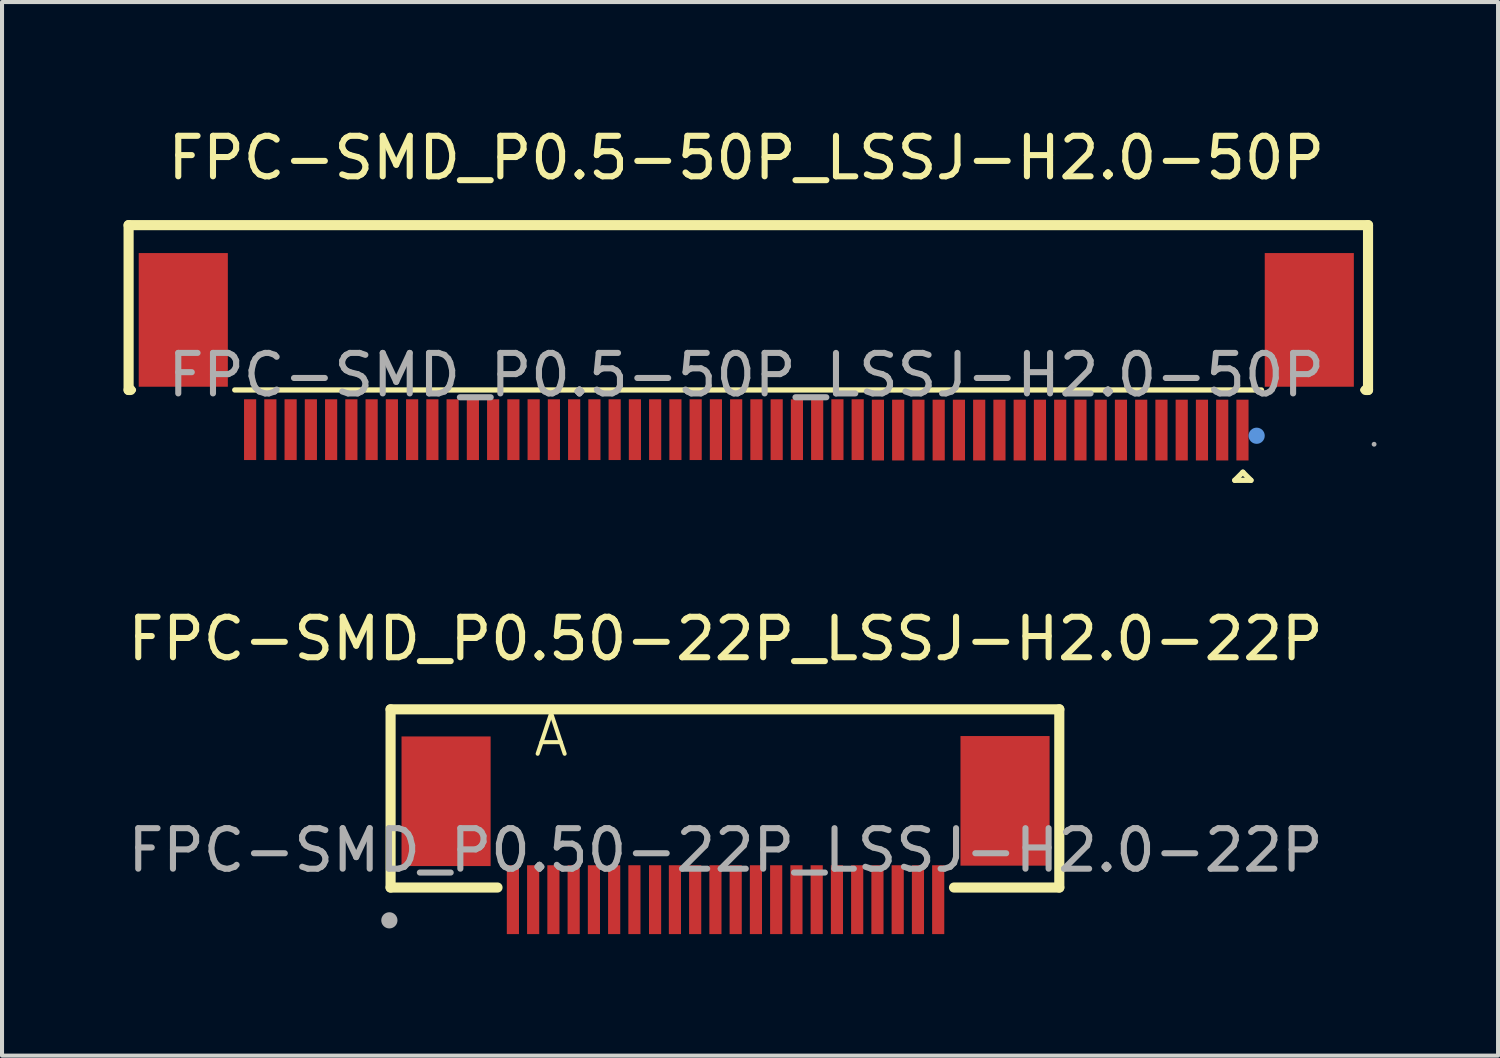
<source format=kicad_pcb>
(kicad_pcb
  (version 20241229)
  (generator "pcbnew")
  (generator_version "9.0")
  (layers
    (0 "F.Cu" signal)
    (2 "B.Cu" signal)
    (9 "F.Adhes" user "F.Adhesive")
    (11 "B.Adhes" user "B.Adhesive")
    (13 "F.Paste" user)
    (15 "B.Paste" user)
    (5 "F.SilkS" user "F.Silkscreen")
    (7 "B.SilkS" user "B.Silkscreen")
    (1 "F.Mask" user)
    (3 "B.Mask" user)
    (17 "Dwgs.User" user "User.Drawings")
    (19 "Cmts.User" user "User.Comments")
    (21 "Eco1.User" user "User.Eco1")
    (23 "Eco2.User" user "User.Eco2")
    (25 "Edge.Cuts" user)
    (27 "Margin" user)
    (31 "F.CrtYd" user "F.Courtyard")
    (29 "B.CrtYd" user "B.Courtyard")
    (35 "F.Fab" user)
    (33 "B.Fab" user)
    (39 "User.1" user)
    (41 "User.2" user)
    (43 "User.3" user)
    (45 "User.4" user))
  (footprint "FPC-SMD_P0.50-22P_LSSJ-H2.0-22P"
    (layer "F.Cu")
    (at 14.863 17.942)
    (property "Reference" "FPC-SMD_P0.50-22P_LSSJ-H2.0-22P" (at 0 -5.22 0) (layer "F.SilkS") (effects (font (size 1 1) (thickness 0.15))))
    (attr through_hole)
    (fp_line (start -8.27 -3.48) (end -8.27 0.92) (stroke (width 0.25) (type solid)) (layer "F.SilkS"))
    (fp_line (start -8.27 0.92) (end -5.63 0.92) (stroke (width 0.25) (type solid)) (layer "F.SilkS"))
    (fp_line (start 8.24 -3.48) (end -8.27 -3.48) (stroke (width 0.25) (type solid)) (layer "F.SilkS"))
    (fp_line (start 8.24 0.92) (end 5.64 0.92) (stroke (width 0.25) (type solid)) (layer "F.SilkS"))
    (fp_line (start 8.24 0.92) (end 8.24 -3.48) (stroke (width 0.25) (type solid)) (layer "F.SilkS"))
    (fp_circle (center -8.3 1.73) (end -8.2 1.73) (stroke (width 0.2) (type solid)) (fill no) (layer "F.Fab"))
    (fp_text user "A" (at -4.8 -2.84 180) (layer "F.SilkS") (effects (font (size 1 1) (thickness 0.1)) (justify left)))
    (fp_text user "${REFERENCE}" (at 0 0 0) (layer "F.Fab") (effects (font (size 1 1) (thickness 0.15))))
    (pad "1" smd rect (at 5.25 1.22 180) (size 0.3 1.7) (layers "F.Cu" "F.Mask" "F.Paste"))
    (pad "2" smd rect (at 4.75 1.22 180) (size 0.3 1.7) (layers "F.Cu" "F.Mask" "F.Paste"))
    (pad "3" smd rect (at 4.25 1.22 180) (size 0.3 1.7) (layers "F.Cu" "F.Mask" "F.Paste"))
    (pad "4" smd rect (at 3.75 1.22 180) (size 0.3 1.7) (layers "F.Cu" "F.Mask" "F.Paste"))
    (pad "5" smd rect (at 3.25 1.22 180) (size 0.3 1.7) (layers "F.Cu" "F.Mask" "F.Paste"))
    (pad "6" smd rect (at 2.75 1.22 180) (size 0.3 1.7) (layers "F.Cu" "F.Mask" "F.Paste"))
    (pad "7" smd rect (at 2.25 1.22 180) (size 0.3 1.7) (layers "F.Cu" "F.Mask" "F.Paste"))
    (pad "8" smd rect (at 1.75 1.22 180) (size 0.3 1.7) (layers "F.Cu" "F.Mask" "F.Paste"))
    (pad "9" smd rect (at 1.25 1.22 180) (size 0.3 1.7) (layers "F.Cu" "F.Mask" "F.Paste"))
    (pad "10" smd rect (at 0.75 1.22 180) (size 0.3 1.7) (layers "F.Cu" "F.Mask" "F.Paste"))
    (pad "11" smd rect (at 0.25 1.22 180) (size 0.3 1.7) (layers "F.Cu" "F.Mask" "F.Paste"))
    (pad "12" smd rect (at -0.25 1.22 180) (size 0.3 1.7) (layers "F.Cu" "F.Mask" "F.Paste"))
    (pad "13" smd rect (at -0.75 1.22 180) (size 0.3 1.7) (layers "F.Cu" "F.Mask" "F.Paste"))
    (pad "14" smd rect (at -1.25 1.22 180) (size 0.3 1.7) (layers "F.Cu" "F.Mask" "F.Paste"))
    (pad "15" smd rect (at -1.74 1.22 180) (size 0.3 1.7) (layers "F.Cu" "F.Mask" "F.Paste"))
    (pad "16" smd rect (at -2.25 1.22 180) (size 0.3 1.7) (layers "F.Cu" "F.Mask" "F.Paste"))
    (pad "17" smd rect (at -2.75 1.22 180) (size 0.3 1.7) (layers "F.Cu" "F.Mask" "F.Paste"))
    (pad "18" smd rect (at -3.25 1.22 180) (size 0.3 1.7) (layers "F.Cu" "F.Mask" "F.Paste"))
    (pad "19" smd rect (at -3.75 1.22 180) (size 0.3 1.7) (layers "F.Cu" "F.Mask" "F.Paste"))
    (pad "20" smd rect (at -4.25 1.22 180) (size 0.3 1.7) (layers "F.Cu" "F.Mask" "F.Paste"))
    (pad "21" smd rect (at -4.75 1.22 180) (size 0.3 1.7) (layers "F.Cu" "F.Mask" "F.Paste"))
    (pad "22" smd rect (at -5.25 1.22 180) (size 0.3 1.7) (layers "F.Cu" "F.Mask" "F.Paste"))
    (pad "23" smd rect (at 6.9 -1.22 180) (size 2.2 3.2) (layers "F.Cu" "F.Mask" "F.Paste"))
    (pad "24" smd rect (at -6.9 -1.21) (size 2.2 3.2) (layers "F.Cu" "F.Mask" "F.Paste")))
  (footprint "FPC-SMD_P0.5-50P_LSSJ-H2.0-50P"
    (layer "F.Cu")
    (at 15.375 6.208)
    (property "Reference" "FPC-SMD_P0.5-50P_LSSJ-H2.0-50P" (at 0 -5.36 0) (layer "F.SilkS") (effects (font (size 1 1) (thickness 0.15))))
    (attr through_hole)
    (fp_line (start -15.25 -3.7) (end -15.25 0.37) (stroke (width 0.25) (type solid)) (layer "F.SilkS"))
    (fp_line (start -15.25 0.37) (end -15.2 0.37) (stroke (width 0.25) (type solid)) (layer "F.SilkS"))
    (fp_line (start -15.25 0.37) (end -15.13 0.37) (stroke (width 0.13) (type solid)) (layer "F.SilkS"))
    (fp_line (start -12.63 0.37) (end 12.72 0.37) (stroke (width 0.13) (type solid)) (layer "F.SilkS"))
    (fp_line (start 12.06 2.6) (end 12.46 2.6) (stroke (width 0.13) (type solid)) (layer "F.SilkS"))
    (fp_line (start 12.26 2.4) (end 12.06 2.6) (stroke (width 0.13) (type solid)) (layer "F.SilkS"))
    (fp_line (start 12.46 2.6) (end 12.26 2.4) (stroke (width 0.13) (type solid)) (layer "F.SilkS"))
    (fp_line (start 15.22 0.37) (end 15.29 0.37) (stroke (width 0.13) (type solid)) (layer "F.SilkS"))
    (fp_line (start 15.29 0.37) (end 15.35 0.37) (stroke (width 0.25) (type solid)) (layer "F.SilkS"))
    (fp_line (start 15.35 -3.7) (end -15.25 -3.7) (stroke (width 0.25) (type solid)) (layer "F.SilkS"))
    (fp_line (start 15.35 -3.7) (end 15.35 0.37) (stroke (width 0.25) (type solid)) (layer "F.SilkS"))
    (fp_circle (center 12.6 1.5) (end 12.7 1.5) (stroke (width 0.2) (type solid)) (fill no) (layer "Cmts.User"))
    (fp_circle (center 15.5 1.71) (end 15.53 1.71) (stroke (width 0.06) (type solid)) (fill no) (layer "F.Fab"))
    (fp_text user "${REFERENCE}" (at 0 0 0) (layer "F.Fab") (effects (font (size 1 1) (thickness 0.15))))
    (pad "1" smd rect (at 12.25 1.36 180) (size 0.3 1.5) (layers "F.Cu" "F.Mask" "F.Paste"))
    (pad "2" smd rect (at 11.75 1.36 180) (size 0.3 1.5) (layers "F.Cu" "F.Mask" "F.Paste"))
    (pad "3" smd rect (at 11.25 1.36 180) (size 0.3 1.5) (layers "F.Cu" "F.Mask" "F.Paste"))
    (pad "4" smd rect (at 10.75 1.36 180) (size 0.3 1.5) (layers "F.Cu" "F.Mask" "F.Paste"))
    (pad "5" smd rect (at 10.25 1.36 180) (size 0.3 1.5) (layers "F.Cu" "F.Mask" "F.Paste"))
    (pad "6" smd rect (at 9.75 1.36 180) (size 0.3 1.5) (layers "F.Cu" "F.Mask" "F.Paste"))
    (pad "7" smd rect (at 9.25 1.36 180) (size 0.3 1.5) (layers "F.Cu" "F.Mask" "F.Paste"))
    (pad "8" smd rect (at 8.75 1.36 180) (size 0.3 1.5) (layers "F.Cu" "F.Mask" "F.Paste"))
    (pad "9" smd rect (at 8.25 1.36 180) (size 0.3 1.5) (layers "F.Cu" "F.Mask" "F.Paste"))
    (pad "10" smd rect (at 7.75 1.36 180) (size 0.3 1.5) (layers "F.Cu" "F.Mask" "F.Paste"))
    (pad "11" smd rect (at 7.25 1.36 180) (size 0.3 1.5) (layers "F.Cu" "F.Mask" "F.Paste"))
    (pad "12" smd rect (at 6.75 1.36 180) (size 0.3 1.5) (layers "F.Cu" "F.Mask" "F.Paste"))
    (pad "13" smd rect (at 6.25 1.36 180) (size 0.3 1.5) (layers "F.Cu" "F.Mask" "F.Paste"))
    (pad "14" smd rect (at 5.75 1.36 180) (size 0.3 1.5) (layers "F.Cu" "F.Mask" "F.Paste"))
    (pad "15" smd rect (at 5.25 1.36 180) (size 0.3 1.5) (layers "F.Cu" "F.Mask" "F.Paste"))
    (pad "16" smd rect (at 4.75 1.36 180) (size 0.3 1.5) (layers "F.Cu" "F.Mask" "F.Paste"))
    (pad "17" smd rect (at 4.25 1.36 180) (size 0.3 1.5) (layers "F.Cu" "F.Mask" "F.Paste"))
    (pad "18" smd rect (at 3.75 1.36 180) (size 0.3 1.5) (layers "F.Cu" "F.Mask" "F.Paste"))
    (pad "19" smd rect (at 3.25 1.36 180) (size 0.3 1.5) (layers "F.Cu" "F.Mask" "F.Paste"))
    (pad "20" smd rect (at 2.75 1.35 180) (size 0.3 1.5) (layers "F.Cu" "F.Mask" "F.Paste"))
    (pad "21" smd rect (at 2.25 1.35 180) (size 0.3 1.5) (layers "F.Cu" "F.Mask" "F.Paste"))
    (pad "22" smd rect (at 1.75 1.35 180) (size 0.3 1.5) (layers "F.Cu" "F.Mask" "F.Paste"))
    (pad "23" smd rect (at 1.25 1.35 180) (size 0.3 1.5) (layers "F.Cu" "F.Mask" "F.Paste"))
    (pad "24" smd rect (at 0.75 1.35 180) (size 0.3 1.5) (layers "F.Cu" "F.Mask" "F.Paste"))
    (pad "25" smd rect (at 0.25 1.35 180) (size 0.3 1.5) (layers "F.Cu" "F.Mask" "F.Paste"))
    (pad "26" smd rect (at -0.25 1.35 180) (size 0.3 1.5) (layers "F.Cu" "F.Mask" "F.Paste"))
    (pad "27" smd rect (at -0.75 1.35 180) (size 0.3 1.5) (layers "F.Cu" "F.Mask" "F.Paste"))
    (pad "28" smd rect (at -1.25 1.35 180) (size 0.3 1.5) (layers "F.Cu" "F.Mask" "F.Paste"))
    (pad "29" smd rect (at -1.75 1.35 180) (size 0.3 1.5) (layers "F.Cu" "F.Mask" "F.Paste"))
    (pad "30" smd rect (at -2.25 1.35 180) (size 0.3 1.5) (layers "F.Cu" "F.Mask" "F.Paste"))
    (pad "31" smd rect (at -2.75 1.35 180) (size 0.3 1.5) (layers "F.Cu" "F.Mask" "F.Paste"))
    (pad "32" smd rect (at -3.25 1.35 180) (size 0.3 1.5) (layers "F.Cu" "F.Mask" "F.Paste"))
    (pad "33" smd rect (at -3.75 1.35 180) (size 0.3 1.5) (layers "F.Cu" "F.Mask" "F.Paste"))
    (pad "34" smd rect (at -4.25 1.35 180) (size 0.3 1.5) (layers "F.Cu" "F.Mask" "F.Paste"))
    (pad "35" smd rect (at -4.75 1.35 180) (size 0.3 1.5) (layers "F.Cu" "F.Mask" "F.Paste"))
    (pad "36" smd rect (at -5.25 1.35 180) (size 0.3 1.5) (layers "F.Cu" "F.Mask" "F.Paste"))
    (pad "37" smd rect (at -5.75 1.35 180) (size 0.3 1.5) (layers "F.Cu" "F.Mask" "F.Paste"))
    (pad "38" smd rect (at -6.25 1.35 180) (size 0.3 1.5) (layers "F.Cu" "F.Mask" "F.Paste"))
    (pad "39" smd rect (at -6.75 1.35 180) (size 0.3 1.5) (layers "F.Cu" "F.Mask" "F.Paste"))
    (pad "40" smd rect (at -7.25 1.35 180) (size 0.3 1.5) (layers "F.Cu" "F.Mask" "F.Paste"))
    (pad "41" smd rect (at -7.75 1.35 180) (size 0.3 1.5) (layers "F.Cu" "F.Mask" "F.Paste"))
    (pad "42" smd rect (at -8.25 1.35 180) (size 0.3 1.5) (layers "F.Cu" "F.Mask" "F.Paste"))
    (pad "43" smd rect (at -8.75 1.35 180) (size 0.3 1.5) (layers "F.Cu" "F.Mask" "F.Paste"))
    (pad "44" smd rect (at -9.25 1.35 180) (size 0.3 1.5) (layers "F.Cu" "F.Mask" "F.Paste"))
    (pad "45" smd rect (at -9.75 1.35 180) (size 0.3 1.5) (layers "F.Cu" "F.Mask" "F.Paste"))
    (pad "46" smd rect (at -10.25 1.35 180) (size 0.3 1.5) (layers "F.Cu" "F.Mask" "F.Paste"))
    (pad "47" smd rect (at -10.75 1.35 180) (size 0.3 1.5) (layers "F.Cu" "F.Mask" "F.Paste"))
    (pad "48" smd rect (at -11.25 1.35 180) (size 0.3 1.5) (layers "F.Cu" "F.Mask" "F.Paste"))
    (pad "49" smd rect (at -11.75 1.35 180) (size 0.3 1.5) (layers "F.Cu" "F.Mask" "F.Paste"))
    (pad "50" smd rect (at -12.25 1.35 180) (size 0.3 1.5) (layers "F.Cu" "F.Mask" "F.Paste"))
    (pad "51" smd rect (at 13.9 -1.36 180) (size 2.2 3.3) (layers "F.Cu" "F.Mask" "F.Paste"))
    (pad "52" smd rect (at -13.9 -1.36) (size 2.2 3.3) (layers "F.Cu" "F.Mask" "F.Paste")))
  (gr_rect
    (start -3 -3)
    (end 33.935 23.012)
    (stroke (width 0.1) (type default))
    (fill no)
    (layer "Edge.Cuts")))
</source>
